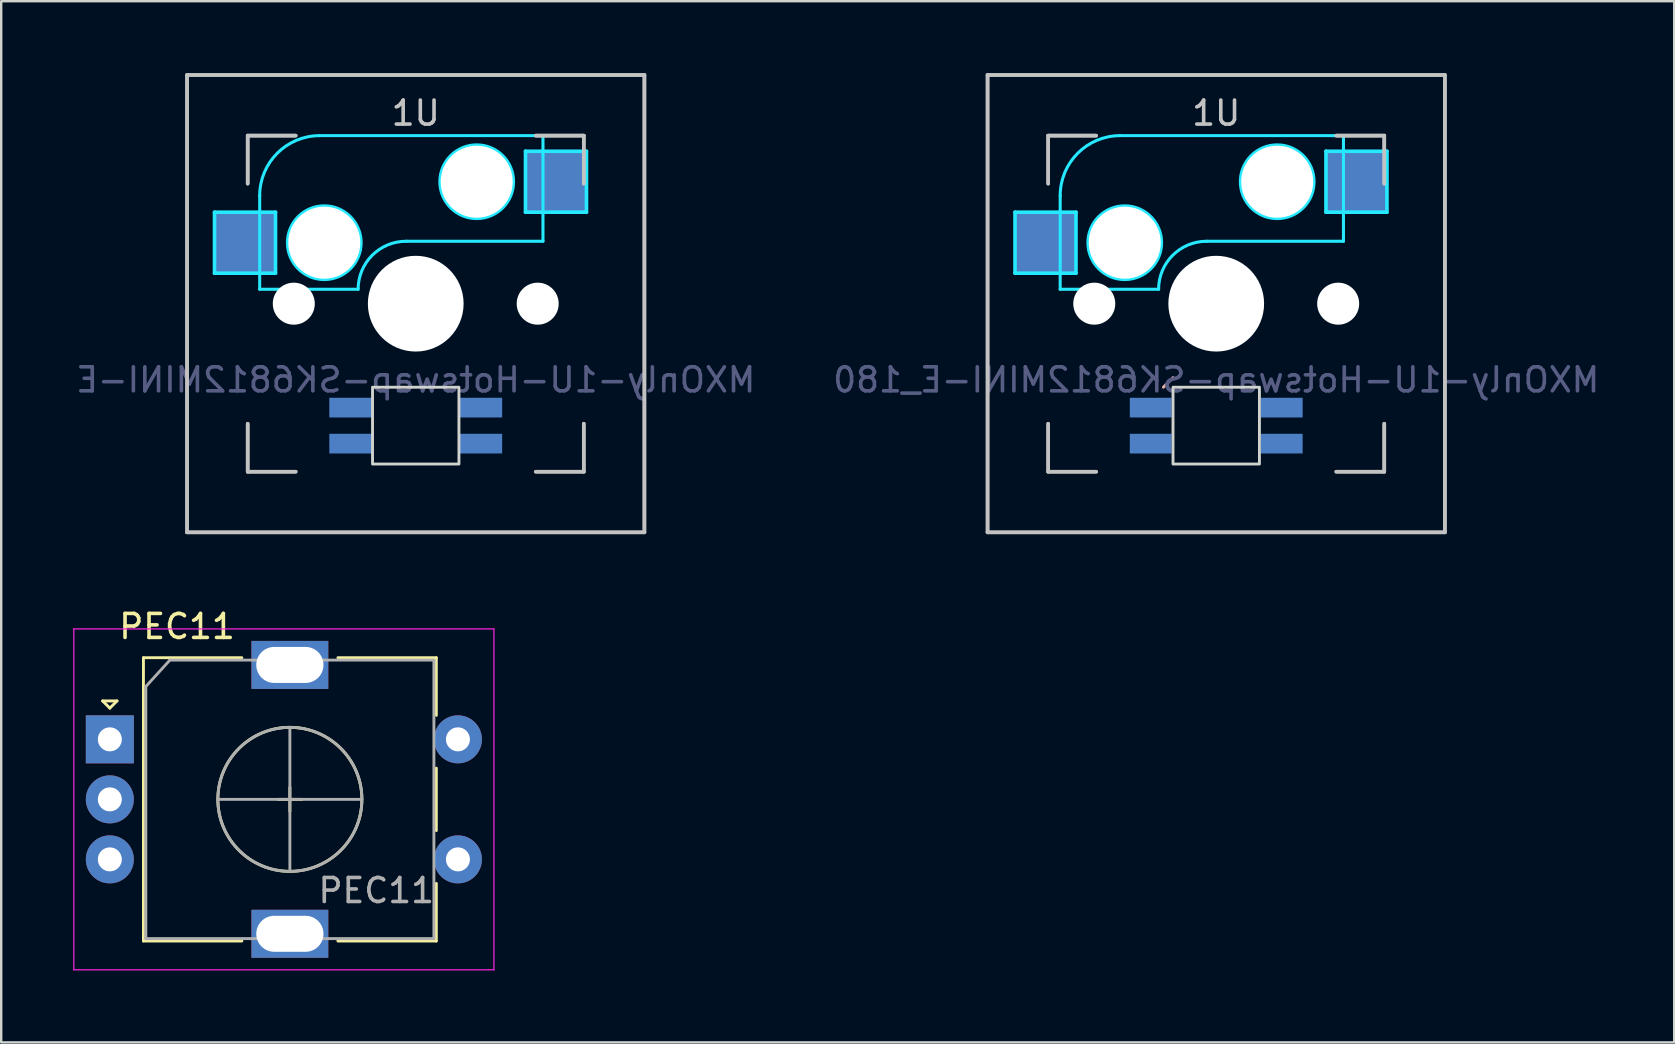
<source format=kicad_pcb>
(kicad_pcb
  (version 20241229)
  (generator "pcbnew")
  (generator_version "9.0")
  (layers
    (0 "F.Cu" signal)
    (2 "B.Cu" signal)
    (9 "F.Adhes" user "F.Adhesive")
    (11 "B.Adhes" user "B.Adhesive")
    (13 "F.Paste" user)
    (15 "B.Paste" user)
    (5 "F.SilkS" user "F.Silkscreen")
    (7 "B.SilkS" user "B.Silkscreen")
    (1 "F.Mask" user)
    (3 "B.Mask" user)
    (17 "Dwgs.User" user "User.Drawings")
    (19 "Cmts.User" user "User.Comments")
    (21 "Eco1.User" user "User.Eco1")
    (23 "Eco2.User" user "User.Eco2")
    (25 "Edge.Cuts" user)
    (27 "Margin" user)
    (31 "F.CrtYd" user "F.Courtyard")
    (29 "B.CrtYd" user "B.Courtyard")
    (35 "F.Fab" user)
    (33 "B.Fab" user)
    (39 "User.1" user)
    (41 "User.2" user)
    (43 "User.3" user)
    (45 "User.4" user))
  (footprint "MXOnly-1U-Hotswap-SK6812MINI-E_180"
    (layer "F.Cu")
    (at 47.613 9.6)
    (property "Reference" "MXOnly-1U-Hotswap-SK6812MINI-E_180" (at 0 3.175 0) (layer "B.Fab") (effects (font (size 1 1) (thickness 0.15)) (justify mirror)))
    (attr through_hole)
    (fp_line (start -1.8 3.08) (end -2.2 3.48) (stroke (width 0.12) (type default)) (layer "B.SilkS"))
    (fp_line (start -9.525 -9.525) (end 9.525 -9.525) (stroke (width 0.15) (type solid)) (layer "Dwgs.User"))
    (fp_line (start -9.525 -9.525) (end 9.525 -9.525) (stroke (width 0.15) (type solid)) (layer "Dwgs.User"))
    (fp_line (start -9.525 9.525) (end -9.525 -9.525) (stroke (width 0.15) (type solid)) (layer "Dwgs.User"))
    (fp_line (start -9.525 9.525) (end -9.525 -9.525) (stroke (width 0.15) (type solid)) (layer "Dwgs.User"))
    (fp_line (start -7 -7) (end -7 -5) (stroke (width 0.15) (type solid)) (layer "Dwgs.User"))
    (fp_line (start -7 -7) (end -7 -5) (stroke (width 0.15) (type solid)) (layer "Dwgs.User"))
    (fp_line (start -7 5) (end -7 7) (stroke (width 0.15) (type solid)) (layer "Dwgs.User"))
    (fp_line (start -7 5) (end -7 7) (stroke (width 0.15) (type solid)) (layer "Dwgs.User"))
    (fp_line (start -7 7) (end -5 7) (stroke (width 0.15) (type solid)) (layer "Dwgs.User"))
    (fp_line (start -7 7) (end -5 7) (stroke (width 0.15) (type solid)) (layer "Dwgs.User"))
    (fp_line (start -5 -7) (end -7 -7) (stroke (width 0.15) (type solid)) (layer "Dwgs.User"))
    (fp_line (start -5 -7) (end -7 -7) (stroke (width 0.15) (type solid)) (layer "Dwgs.User"))
    (fp_line (start 5 -7) (end 7 -7) (stroke (width 0.15) (type solid)) (layer "Dwgs.User"))
    (fp_line (start 5 -7) (end 7 -7) (stroke (width 0.15) (type solid)) (layer "Dwgs.User"))
    (fp_line (start 5 7) (end 7 7) (stroke (width 0.15) (type solid)) (layer "Dwgs.User"))
    (fp_line (start 5 7) (end 7 7) (stroke (width 0.15) (type solid)) (layer "Dwgs.User"))
    (fp_line (start 7 -7) (end 7 -5) (stroke (width 0.15) (type solid)) (layer "Dwgs.User"))
    (fp_line (start 7 -7) (end 7 -5) (stroke (width 0.15) (type solid)) (layer "Dwgs.User"))
    (fp_line (start 7 7) (end 7 5) (stroke (width 0.15) (type solid)) (layer "Dwgs.User"))
    (fp_line (start 7 7) (end 7 5) (stroke (width 0.15) (type solid)) (layer "Dwgs.User"))
    (fp_line (start 9.525 -9.525) (end 9.525 9.525) (stroke (width 0.15) (type solid)) (layer "Dwgs.User"))
    (fp_line (start 9.525 -9.525) (end 9.525 9.525) (stroke (width 0.15) (type solid)) (layer "Dwgs.User"))
    (fp_line (start 9.525 9.525) (end -9.525 9.525) (stroke (width 0.15) (type solid)) (layer "Dwgs.User"))
    (fp_line (start 9.525 9.525) (end -9.525 9.525) (stroke (width 0.15) (type solid)) (layer "Dwgs.User"))
    (fp_rect (start 1.8 3.48) (end -1.8 6.68) (stroke (width 0.12) (type solid)) (fill no) (layer "Edge.Cuts"))
    (fp_line (start -8.382 -3.81) (end -8.382 -1.27) (stroke (width 0.15) (type solid)) (layer "B.CrtYd"))
    (fp_line (start -8.382 -1.27) (end -5.842 -1.27) (stroke (width 0.15) (type solid)) (layer "B.CrtYd"))
    (fp_line (start -6.5 -4.5) (end -6.5 -0.6) (stroke (width 0.127) (type solid)) (layer "B.CrtYd"))
    (fp_line (start -6.5 -0.6) (end -2.4 -0.6) (stroke (width 0.127) (type solid)) (layer "B.CrtYd"))
    (fp_line (start -5.842 -3.81) (end -8.382 -3.81) (stroke (width 0.15) (type solid)) (layer "B.CrtYd"))
    (fp_line (start -5.842 -1.27) (end -5.842 -3.81) (stroke (width 0.15) (type solid)) (layer "B.CrtYd"))
    (fp_line (start -0.4 -2.6) (end 5.3 -2.6) (stroke (width 0.127) (type solid)) (layer "B.CrtYd"))
    (fp_line (start 4.572 -6.35) (end 7.112 -6.35) (stroke (width 0.15) (type solid)) (layer "B.CrtYd"))
    (fp_line (start 4.572 -3.81) (end 4.572 -6.35) (stroke (width 0.15) (type solid)) (layer "B.CrtYd"))
    (fp_line (start 5.3 -7) (end -4 -7) (stroke (width 0.127) (type solid)) (layer "B.CrtYd"))
    (fp_line (start 5.3 -7) (end 5.3 -2.6) (stroke (width 0.127) (type solid)) (layer "B.CrtYd"))
    (fp_line (start 7.112 -6.35) (end 7.112 -3.81) (stroke (width 0.15) (type solid)) (layer "B.CrtYd"))
    (fp_line (start 7.112 -3.81) (end 4.572 -3.81) (stroke (width 0.15) (type solid)) (layer "B.CrtYd"))
    (fp_arc (start -6.5 -4.5) (mid -5.767767 -6.267767) (end -4 -7) (stroke (width 0.127) (type solid)) (layer "B.CrtYd"))
    (fp_arc (start -2.4 -0.6) (mid -1.814214 -2.014214) (end -0.4 -2.6) (stroke (width 0.127) (type solid)) (layer "B.CrtYd"))
    (fp_circle (center -3.81 -2.54) (end -3.81 -4.064) (stroke (width 0.15) (type solid)) (fill no) (layer "B.CrtYd"))
    (fp_circle (center 2.54 -5.08) (end 2.54 -6.604) (stroke (width 0.15) (type solid)) (fill no) (layer "B.CrtYd"))
    (fp_text user "1U" (at 0 -7.938 0) (layer "Dwgs.User") (effects (font (size 1 1) (thickness 0.15))))
    (pad "" np_thru_hole circle (at -5.08 0 48.1) (size 1.75 1.75) (drill 1.75) (layers "*.Cu" "*.Mask"))
    (pad "" np_thru_hole circle (at -3.81 -2.54) (size 3 3) (drill 3) (layers "*.Cu" "*.Mask"))
    (pad "" np_thru_hole circle (at 0 0) (size 3.988 3.988) (drill 3.988) (layers "*.Cu" "*.Mask"))
    (pad "" np_thru_hole circle (at 2.54 -5.08) (size 3 3) (drill 3) (layers "*.Cu" "*.Mask"))
    (pad "" np_thru_hole circle (at 5.08 0 48.1) (size 1.75 1.75) (drill 1.75) (layers "*.Cu" "*.Mask"))
    (pad "1" smd rect (at -7.085 -2.54) (size 2.55 2.5) (layers "B.Cu" "B.Mask" "B.Paste"))
    (pad "2" smd rect (at 5.842 -5.08) (size 2.55 2.5) (layers "B.Cu" "B.Mask" "B.Paste"))
    (pad "3" smd rect (at 2.73 5.83) (size 1.74 0.82) (layers "B.Cu" "B.Mask" "B.Paste"))
    (pad "4" smd rect (at -2.73 5.83) (size 1.74 0.82) (layers "B.Cu" "B.Mask" "B.Paste"))
    (pad "5" smd rect (at 2.73 4.33) (size 1.74 0.82) (layers "B.Cu" "B.Mask" "B.Paste"))
    (pad "6" smd rect (at -2.73 4.33) (size 1.74 0.82) (layers "B.Cu" "B.Mask" "B.Paste")))
  (footprint "MXOnly-1U-Hotswap-SK6812MINI-E"
    (layer "F.Cu")
    (at 14.268 9.6)
    (property "Reference" "MXOnly-1U-Hotswap-SK6812MINI-E" (at 0 3.175 0) (layer "B.Fab") (effects (font (size 1 1) (thickness 0.15)) (justify mirror)))
    (attr through_hole)
    (fp_line (start -9.525 -9.525) (end 9.525 -9.525) (stroke (width 0.15) (type solid)) (layer "Dwgs.User"))
    (fp_line (start -9.525 -9.525) (end 9.525 -9.525) (stroke (width 0.15) (type solid)) (layer "Dwgs.User"))
    (fp_line (start -9.525 9.525) (end -9.525 -9.525) (stroke (width 0.15) (type solid)) (layer "Dwgs.User"))
    (fp_line (start -9.525 9.525) (end -9.525 -9.525) (stroke (width 0.15) (type solid)) (layer "Dwgs.User"))
    (fp_line (start -7 -7) (end -7 -5) (stroke (width 0.15) (type solid)) (layer "Dwgs.User"))
    (fp_line (start -7 -7) (end -7 -5) (stroke (width 0.15) (type solid)) (layer "Dwgs.User"))
    (fp_line (start -7 5) (end -7 7) (stroke (width 0.15) (type solid)) (layer "Dwgs.User"))
    (fp_line (start -7 5) (end -7 7) (stroke (width 0.15) (type solid)) (layer "Dwgs.User"))
    (fp_line (start -7 7) (end -5 7) (stroke (width 0.15) (type solid)) (layer "Dwgs.User"))
    (fp_line (start -7 7) (end -5 7) (stroke (width 0.15) (type solid)) (layer "Dwgs.User"))
    (fp_line (start -5 -7) (end -7 -7) (stroke (width 0.15) (type solid)) (layer "Dwgs.User"))
    (fp_line (start -5 -7) (end -7 -7) (stroke (width 0.15) (type solid)) (layer "Dwgs.User"))
    (fp_line (start 5 -7) (end 7 -7) (stroke (width 0.15) (type solid)) (layer "Dwgs.User"))
    (fp_line (start 5 -7) (end 7 -7) (stroke (width 0.15) (type solid)) (layer "Dwgs.User"))
    (fp_line (start 5 7) (end 7 7) (stroke (width 0.15) (type solid)) (layer "Dwgs.User"))
    (fp_line (start 5 7) (end 7 7) (stroke (width 0.15) (type solid)) (layer "Dwgs.User"))
    (fp_line (start 7 -7) (end 7 -5) (stroke (width 0.15) (type solid)) (layer "Dwgs.User"))
    (fp_line (start 7 -7) (end 7 -5) (stroke (width 0.15) (type solid)) (layer "Dwgs.User"))
    (fp_line (start 7 7) (end 7 5) (stroke (width 0.15) (type solid)) (layer "Dwgs.User"))
    (fp_line (start 7 7) (end 7 5) (stroke (width 0.15) (type solid)) (layer "Dwgs.User"))
    (fp_line (start 9.525 -9.525) (end 9.525 9.525) (stroke (width 0.15) (type solid)) (layer "Dwgs.User"))
    (fp_line (start 9.525 -9.525) (end 9.525 9.525) (stroke (width 0.15) (type solid)) (layer "Dwgs.User"))
    (fp_line (start 9.525 9.525) (end -9.525 9.525) (stroke (width 0.15) (type solid)) (layer "Dwgs.User"))
    (fp_line (start 9.525 9.525) (end -9.525 9.525) (stroke (width 0.15) (type solid)) (layer "Dwgs.User"))
    (fp_rect (start 1.8 3.48) (end -1.8 6.68) (stroke (width 0.12) (type solid)) (fill no) (layer "Edge.Cuts"))
    (fp_line (start -8.382 -3.81) (end -8.382 -1.27) (stroke (width 0.15) (type solid)) (layer "B.CrtYd"))
    (fp_line (start -8.382 -1.27) (end -5.842 -1.27) (stroke (width 0.15) (type solid)) (layer "B.CrtYd"))
    (fp_line (start -6.5 -4.5) (end -6.5 -0.6) (stroke (width 0.127) (type solid)) (layer "B.CrtYd"))
    (fp_line (start -6.5 -0.6) (end -2.4 -0.6) (stroke (width 0.127) (type solid)) (layer "B.CrtYd"))
    (fp_line (start -5.842 -3.81) (end -8.382 -3.81) (stroke (width 0.15) (type solid)) (layer "B.CrtYd"))
    (fp_line (start -5.842 -1.27) (end -5.842 -3.81) (stroke (width 0.15) (type solid)) (layer "B.CrtYd"))
    (fp_line (start -0.4 -2.6) (end 5.3 -2.6) (stroke (width 0.127) (type solid)) (layer "B.CrtYd"))
    (fp_line (start 4.572 -6.35) (end 7.112 -6.35) (stroke (width 0.15) (type solid)) (layer "B.CrtYd"))
    (fp_line (start 4.572 -3.81) (end 4.572 -6.35) (stroke (width 0.15) (type solid)) (layer "B.CrtYd"))
    (fp_line (start 5.3 -7) (end -4 -7) (stroke (width 0.127) (type solid)) (layer "B.CrtYd"))
    (fp_line (start 5.3 -7) (end 5.3 -2.6) (stroke (width 0.127) (type solid)) (layer "B.CrtYd"))
    (fp_line (start 7.112 -6.35) (end 7.112 -3.81) (stroke (width 0.15) (type solid)) (layer "B.CrtYd"))
    (fp_line (start 7.112 -3.81) (end 4.572 -3.81) (stroke (width 0.15) (type solid)) (layer "B.CrtYd"))
    (fp_arc (start -6.5 -4.5) (mid -5.767767 -6.267767) (end -4 -7) (stroke (width 0.127) (type solid)) (layer "B.CrtYd"))
    (fp_arc (start -2.4 -0.6) (mid -1.814214 -2.014214) (end -0.4 -2.6) (stroke (width 0.127) (type solid)) (layer "B.CrtYd"))
    (fp_circle (center -3.81 -2.54) (end -3.81 -4.064) (stroke (width 0.15) (type solid)) (fill no) (layer "B.CrtYd"))
    (fp_circle (center 2.54 -5.08) (end 2.54 -6.604) (stroke (width 0.15) (type solid)) (fill no) (layer "B.CrtYd"))
    (fp_text user "1U" (at 0 -7.938 0) (layer "Dwgs.User") (effects (font (size 1 1) (thickness 0.15))))
    (pad "" np_thru_hole circle (at -5.08 0 48.1) (size 1.75 1.75) (drill 1.75) (layers "*.Cu" "*.Mask"))
    (pad "" np_thru_hole circle (at -3.81 -2.54) (size 3 3) (drill 3) (layers "*.Cu" "*.Mask"))
    (pad "" np_thru_hole circle (at 0 0) (size 3.988 3.988) (drill 3.988) (layers "*.Cu" "*.Mask"))
    (pad "" np_thru_hole circle (at 2.54 -5.08) (size 3 3) (drill 3) (layers "*.Cu" "*.Mask"))
    (pad "" np_thru_hole circle (at 5.08 0 48.1) (size 1.75 1.75) (drill 1.75) (layers "*.Cu" "*.Mask"))
    (pad "1" smd rect (at -7.085 -2.54) (size 2.55 2.5) (layers "B.Cu" "B.Mask" "B.Paste"))
    (pad "2" smd rect (at 5.842 -5.08) (size 2.55 2.5) (layers "B.Cu" "B.Mask" "B.Paste"))
    (pad "3" smd rect (at -2.7 4.33) (size 1.8 0.82) (layers "B.Cu" "B.Mask" "B.Paste"))
    (pad "4" smd rect (at 2.7 4.33) (size 1.8 0.82) (layers "B.Cu" "B.Mask" "B.Paste"))
    (pad "5" smd rect (at -2.7 5.83) (size 1.8 0.82) (layers "B.Cu" "B.Mask" "B.Paste"))
    (pad "6" smd rect (at 2.7 5.83) (size 1.8 0.82) (layers "B.Cu" "B.Mask" "B.Paste")))
  (footprint "PEC11"
    (layer "F.Cu")
    (at 9.025 30.248)
    (property "Reference" "PEC11" (at -4.7 -7.2 0) (layer "F.SilkS") (effects (font (size 1 1) (thickness 0.15))))
    (attr through_hole)
    (fp_line (start -7.8 -4.1) (end -7.2 -4.1) (stroke (width 0.12) (type solid)) (layer "F.SilkS"))
    (fp_line (start -7.5 -3.8) (end -7.8 -4.1) (stroke (width 0.12) (type solid)) (layer "F.SilkS"))
    (fp_line (start -7.2 -4.1) (end -7.5 -3.8) (stroke (width 0.12) (type solid)) (layer "F.SilkS"))
    (fp_line (start -6.1 -5.9) (end -6.1 5.9) (stroke (width 0.12) (type solid)) (layer "F.SilkS"))
    (fp_line (start -2 -5.9) (end -6.1 -5.9) (stroke (width 0.12) (type solid)) (layer "F.SilkS"))
    (fp_line (start -2 5.9) (end -6.1 5.9) (stroke (width 0.12) (type solid)) (layer "F.SilkS"))
    (fp_line (start -0.5 0) (end 0.5 0) (stroke (width 0.12) (type solid)) (layer "F.SilkS"))
    (fp_line (start 0 -0.5) (end 0 0.5) (stroke (width 0.12) (type solid)) (layer "F.SilkS"))
    (fp_line (start 2 -5.9) (end 6.1 -5.9) (stroke (width 0.12) (type solid)) (layer "F.SilkS"))
    (fp_line (start 6.1 -5.9) (end 6.1 -3.5) (stroke (width 0.12) (type solid)) (layer "F.SilkS"))
    (fp_line (start 6.1 -1.3) (end 6.1 1.3) (stroke (width 0.12) (type solid)) (layer "F.SilkS"))
    (fp_line (start 6.1 3.5) (end 6.1 5.9) (stroke (width 0.12) (type solid)) (layer "F.SilkS"))
    (fp_line (start 6.1 5.9) (end 2 5.9) (stroke (width 0.12) (type solid)) (layer "F.SilkS"))
    (fp_circle (center 0 0) (end 3 0) (stroke (width 0.12) (type solid)) (fill no) (layer "F.SilkS"))
    (fp_line (start -9 -7.1) (end -9 7.1) (stroke (width 0.05) (type solid)) (layer "F.CrtYd"))
    (fp_line (start -9 -7.1) (end 8.5 -7.1) (stroke (width 0.05) (type solid)) (layer "F.CrtYd"))
    (fp_line (start 8.5 7.1) (end -9 7.1) (stroke (width 0.05) (type solid)) (layer "F.CrtYd"))
    (fp_line (start 8.5 7.1) (end 8.5 -7.1) (stroke (width 0.05) (type solid)) (layer "F.CrtYd"))
    (fp_line (start -6 -4.7) (end -5 -5.8) (stroke (width 0.12) (type solid)) (layer "F.Fab"))
    (fp_line (start -6 5.8) (end -6 -4.7) (stroke (width 0.12) (type solid)) (layer "F.Fab"))
    (fp_line (start -5 -5.8) (end 6 -5.8) (stroke (width 0.12) (type solid)) (layer "F.Fab"))
    (fp_line (start -3 0) (end 3 0) (stroke (width 0.12) (type solid)) (layer "F.Fab"))
    (fp_line (start 0 -3) (end 0 3) (stroke (width 0.12) (type solid)) (layer "F.Fab"))
    (fp_line (start 6 -5.8) (end 6 5.8) (stroke (width 0.12) (type solid)) (layer "F.Fab"))
    (fp_line (start 6 5.8) (end -6 5.8) (stroke (width 0.12) (type solid)) (layer "F.Fab"))
    (fp_circle (center 0 0) (end 3 0) (stroke (width 0.12) (type solid)) (fill no) (layer "F.Fab"))
    (fp_text user "${REFERENCE}" (at 3.6 3.8 0) (layer "F.Fab") (effects (font (size 1 1) (thickness 0.15))))
    (pad "A" thru_hole rect (at -7.5 -2.5) (size 2 2) (drill 1) (layers "*.Cu" "*.Mask"))
    (pad "B" thru_hole circle (at -7.5 2.5) (size 2 2) (drill 1) (layers "*.Cu" "*.Mask"))
    (pad "C" thru_hole circle (at -7.5 0) (size 2 2) (drill 1) (layers "*.Cu" "*.Mask"))
    (pad "MP" thru_hole rect (at 0 -5.6) (size 3.2 2) (drill oval 2.8 1.5) (layers "*.Cu" "*.Mask"))
    (pad "MP" thru_hole rect (at 0 5.6) (size 3.2 2) (drill oval 2.8 1.5) (layers "*.Cu" "*.Mask"))
    (pad "S1" thru_hole circle (at 7 2.5) (size 2 2) (drill 1) (layers "*.Cu" "*.Mask"))
    (pad "S2" thru_hole circle (at 7 -2.5) (size 2 2) (drill 1) (layers "*.Cu" "*.Mask")))
  (gr_rect
    (start -3 -3)
    (end 66.69 40.373)
    (stroke (width 0.1) (type default))
    (fill no)
    (layer "Edge.Cuts")))
</source>
